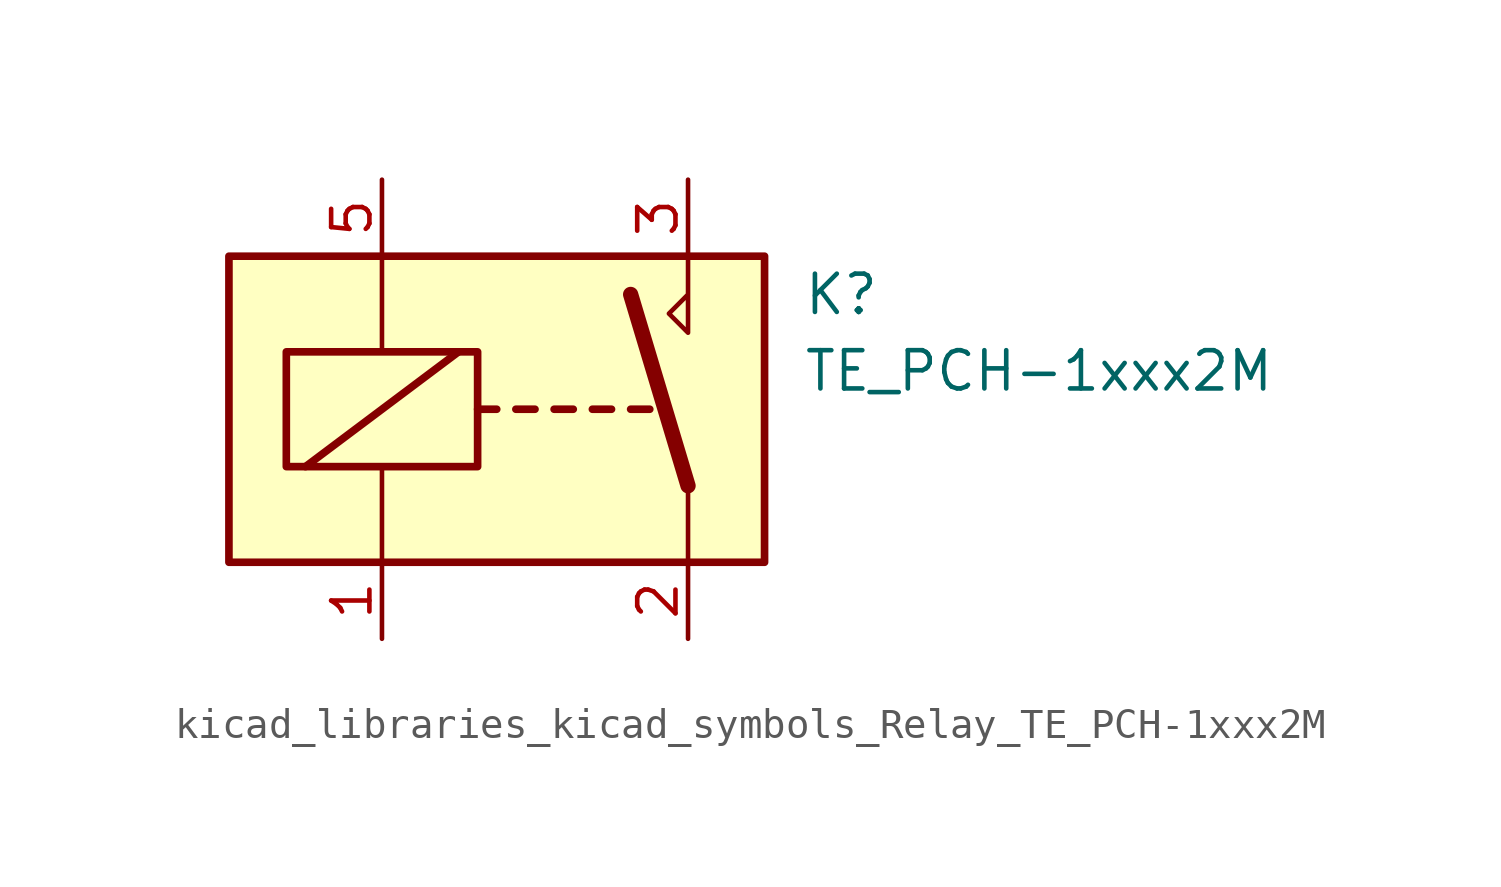
<source format=kicad_sym>
(kicad_symbol_lib
  (version 20220914)
  (generator kicad_symbol_editor)
  (symbol "kicad_libraries_kicad_symbols_Relay_TE_PCH-1xxx2M"
    (property "Reference" "K"
      (at 8.89 3.81 0)
      (effects (font (size 1.27 1.27)) (justify left)))
    (property "Value" "TE_PCH-1xxx2M"
      (at 8.89 1.27 0)
      (effects (font (size 1.27 1.27)) (justify left)))
    (symbol "kicad_libraries_kicad_symbols_Relay_TE_PCH-1xxx2M_0_0"
      (polyline (pts (xy 5.08 5.08) (xy 5.08 2.54) (xy 4.445 3.175) (xy 5.08 3.81)) (stroke (width 0) (type default)) (fill (type none))))
    (symbol "kicad_libraries_kicad_symbols_Relay_TE_PCH-1xxx2M_0_1"
      (rectangle (start -10.16 5.08) (end 7.62 -5.08) (stroke (width 0.254) (type default)) (fill (type background)))
      (rectangle (start -8.255 1.905) (end -1.905 -1.905) (stroke (width 0.254) (type default)) (fill (type none)))
      (polyline (pts (xy -7.62 -1.905) (xy -2.54 1.905)) (stroke (width 0.254) (type default)) (fill (type none)))
      (polyline (pts (xy -5.08 -5.08) (xy -5.08 -1.905)) (stroke (width 0) (type default)) (fill (type none)))
      (polyline (pts (xy -5.08 5.08) (xy -5.08 1.905)) (stroke (width 0) (type default)) (fill (type none)))
      (polyline (pts (xy -1.905 0) (xy -1.27 0)) (stroke (width 0.254) (type default)) (fill (type none)))
      (polyline (pts (xy -0.635 0) (xy 0 0)) (stroke (width 0.254) (type default)) (fill (type none)))
      (polyline (pts (xy 0.635 0) (xy 1.27 0)) (stroke (width 0.254) (type default)) (fill (type none)))
      (polyline (pts (xy 1.905 0) (xy 2.54 0)) (stroke (width 0.254) (type default)) (fill (type none)))
      (polyline (pts (xy 3.175 0) (xy 3.81 0)) (stroke (width 0.254) (type default)) (fill (type none)))
      (polyline (pts (xy 5.08 -2.54) (xy 3.175 3.81)) (stroke (width 0.508) (type default)) (fill (type none)))
      (polyline (pts (xy 5.08 -2.54) (xy 5.08 -5.08)) (stroke (width 0) (type default)) (fill (type none))))
    (symbol "kicad_libraries_kicad_symbols_Relay_TE_PCH-1xxx2M_1_1"
      (pin passive line (at -5.08 -7.62 90) (length 2.54) (name "~" (effects (font (size 1.27 1.27)))) (number "1" (effects (font (size 1.27 1.27)))))
      (pin passive line (at 5.08 -7.62 90) (length 2.54) (name "~" (effects (font (size 1.27 1.27)))) (number "2" (effects (font (size 1.27 1.27)))))
      (pin passive line (at 5.08 7.62 270) (length 2.54) (name "~" (effects (font (size 1.27 1.27)))) (number "3" (effects (font (size 1.27 1.27)))))
      (pin passive line (at -5.08 7.62 270) (length 2.54) (name "~" (effects (font (size 1.27 1.27)))) (number "5" (effects (font (size 1.27 1.27))))))))
</source>
